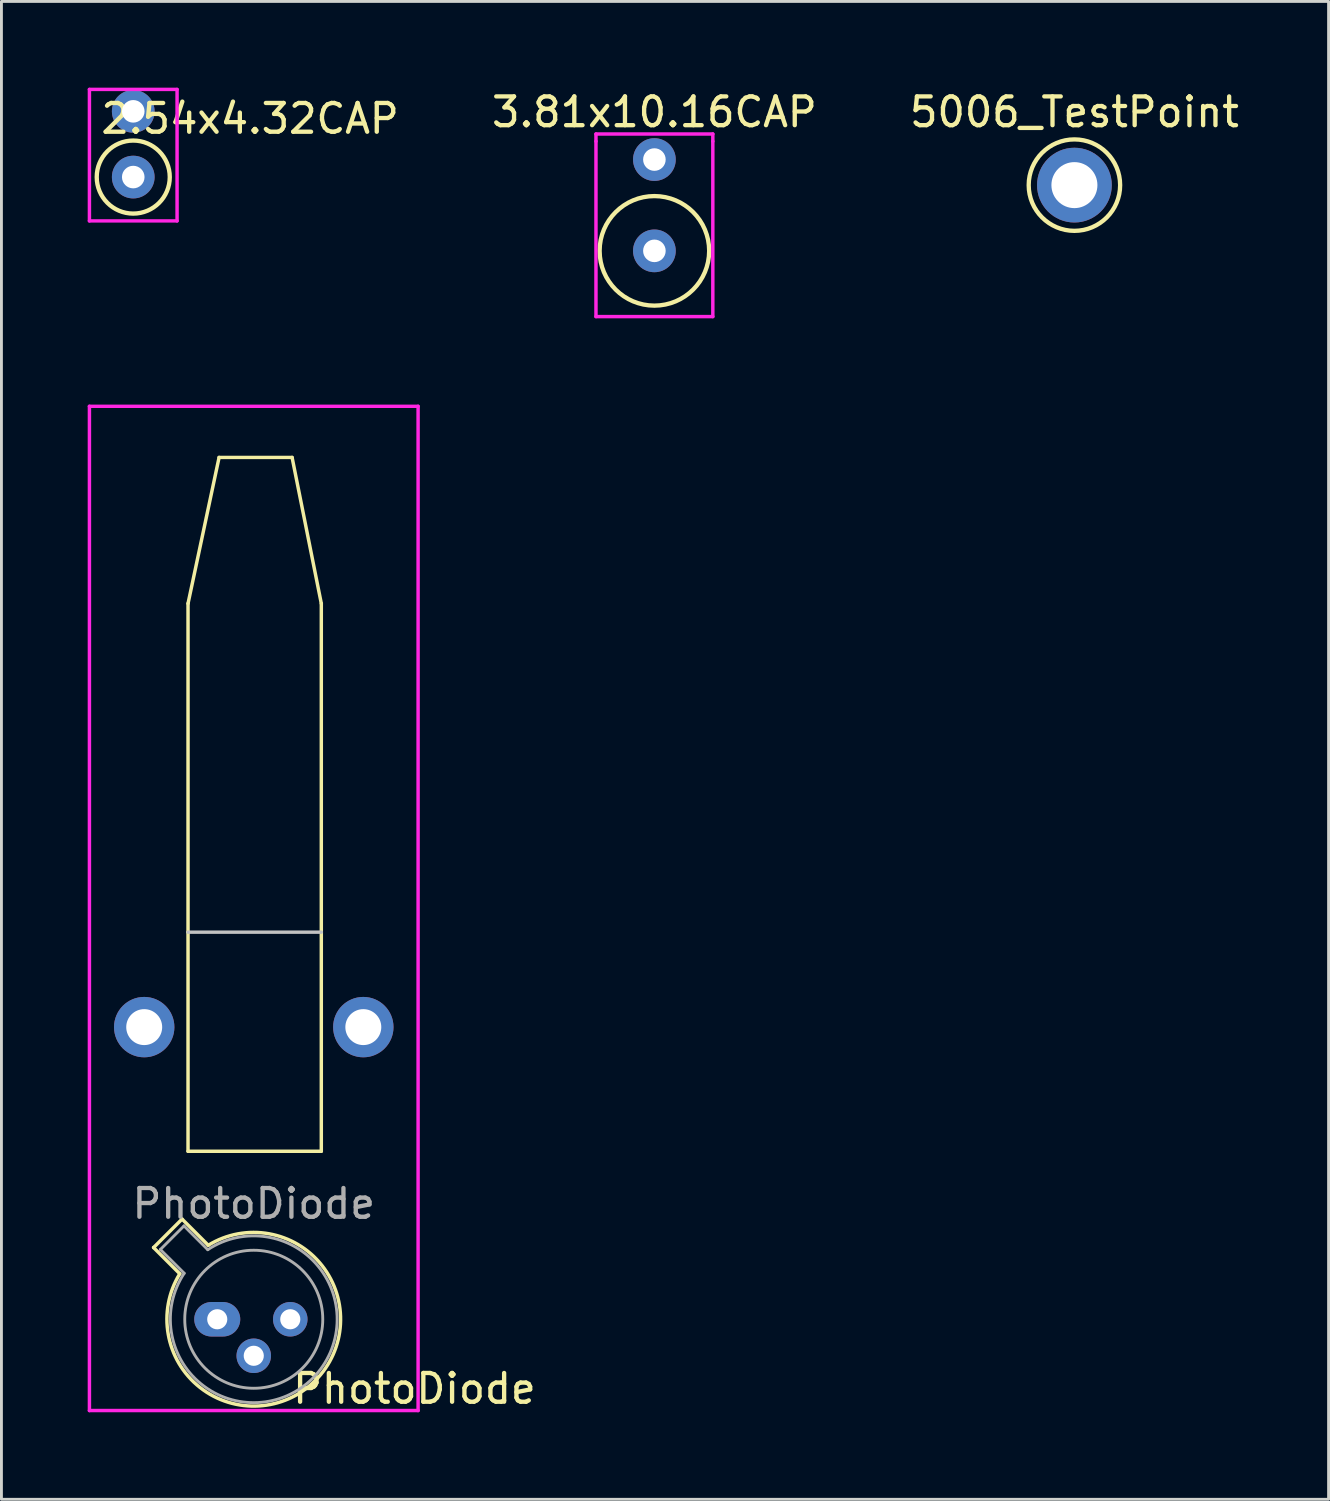
<source format=kicad_pcb>
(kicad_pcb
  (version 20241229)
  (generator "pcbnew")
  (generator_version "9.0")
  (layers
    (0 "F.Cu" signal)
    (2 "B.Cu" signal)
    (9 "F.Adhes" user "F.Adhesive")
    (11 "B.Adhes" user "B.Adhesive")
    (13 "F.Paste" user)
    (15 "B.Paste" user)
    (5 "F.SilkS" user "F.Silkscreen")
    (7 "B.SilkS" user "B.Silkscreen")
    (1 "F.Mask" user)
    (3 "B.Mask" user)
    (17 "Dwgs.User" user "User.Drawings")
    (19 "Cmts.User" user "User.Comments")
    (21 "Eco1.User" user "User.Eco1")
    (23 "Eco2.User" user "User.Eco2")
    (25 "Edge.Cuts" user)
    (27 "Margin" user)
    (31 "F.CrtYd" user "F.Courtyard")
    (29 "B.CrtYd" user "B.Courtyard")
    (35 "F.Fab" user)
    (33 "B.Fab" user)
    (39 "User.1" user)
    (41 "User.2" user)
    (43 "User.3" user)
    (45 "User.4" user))
  (footprint "PhotoDiode"
    (layer "F.Cu")
    (at 4.505 42.83)
    (property "Reference" "PhotoDiode" (at 6.858 2.413 0) (layer "F.SilkS") (effects (font (size 1 1) (thickness 0.15))))
    (attr through_hole)
    (fp_line (start -2.214 -2.494) (end -1.302 -1.582) (stroke (width 0.12) (type solid)) (layer "F.SilkS"))
    (fp_line (start -1.224 -3.484) (end -2.214 -2.494) (stroke (width 0.12) (type solid)) (layer "F.SilkS"))
    (fp_line (start -1.016 -13.462) (end -1.016 -24.892) (stroke (width 0.12) (type solid)) (layer "F.SilkS"))
    (fp_line (start -1.016 -5.842) (end -1.016 -13.462) (stroke (width 0.12) (type solid)) (layer "F.SilkS"))
    (fp_line (start -1.016 -5.842) (end 3.619 -5.842) (stroke (width 0.12) (type solid)) (layer "F.SilkS"))
    (fp_line (start -0.312 -2.572) (end -1.224 -3.484) (stroke (width 0.12) (type solid)) (layer "F.SilkS"))
    (fp_line (start 0.064 -29.972) (end -1.016 -24.892) (stroke (width 0.12) (type solid)) (layer "F.SilkS"))
    (fp_line (start 0.064 -29.972) (end 2.603 -29.972) (stroke (width 0.12) (type solid)) (layer "F.SilkS"))
    (fp_line (start 3.619 -24.892) (end 2.603 -29.972) (stroke (width 0.12) (type solid)) (layer "F.SilkS"))
    (fp_line (start 3.619 -24.892) (end 3.619 -13.462) (stroke (width 0.12) (type solid)) (layer "F.SilkS"))
    (fp_line (start 3.619 -13.462) (end 3.619 -5.842) (stroke (width 0.12) (type solid)) (layer "F.SilkS"))
    (fp_arc (start -0.312331 -2.572281) (mid 3.405374 2.135551) (end -1.30215 -1.582544) (stroke (width 0.12) (type solid)) (layer "F.SilkS"))
    (fp_line (start -1.016 -13.462) (end 3.619 -13.462) (stroke (width 0.12) (type solid)) (layer "Dwgs.User"))
    (fp_line (start -4.445 -31.75) (end 6.985 -31.75) (stroke (width 0.12) (type solid)) (layer "F.CrtYd"))
    (fp_line (start -4.445 3.175) (end -4.445 -31.75) (stroke (width 0.12) (type solid)) (layer "F.CrtYd"))
    (fp_line (start 6.985 -31.75) (end 6.985 3.175) (stroke (width 0.12) (type solid)) (layer "F.CrtYd"))
    (fp_line (start 6.985 3.175) (end -4.445 3.175) (stroke (width 0.12) (type solid)) (layer "F.CrtYd"))
    (fp_line (start -1.977 -2.426) (end -1.149 -1.599) (stroke (width 0.1) (type solid)) (layer "F.Fab"))
    (fp_line (start -1.156 -3.247) (end -1.977 -2.426) (stroke (width 0.1) (type solid)) (layer "F.Fab"))
    (fp_line (start -0.329 -2.419) (end -1.156 -3.247) (stroke (width 0.1) (type solid)) (layer "F.Fab"))
    (fp_arc (start -0.329057 -2.419301) (mid 3.321076 2.050143) (end -1.150029 -1.597956) (stroke (width 0.1) (type solid)) (layer "F.Fab"))
    (fp_circle (center 1.27 0) (end 3.67 0) (stroke (width 0.1) (type solid)) (fill no) (layer "F.Fab"))
    (fp_text user "${REFERENCE}" (at 1.27 -4.02 0) (layer "F.Fab") (effects (font (size 1 1) (thickness 0.15))))
    (pad "1" thru_hole oval (at 0 0) (size 1.6 1.2) (drill 0.7) (layers "*.Cu" "*.Mask"))
    (pad "2" thru_hole oval (at 1.27 1.27) (size 1.2 1.2) (drill 0.7) (layers "*.Cu" "*.Mask"))
    (pad "3" thru_hole oval (at 2.54 0) (size 1.2 1.2) (drill 0.7) (layers "*.Cu" "*.Mask"))
    (pad "4" thru_hole circle (at -2.54 -10.16) (size 2.1 2.1) (drill 1.25) (layers "*.Cu" "*.Mask"))
    (pad "5" thru_hole circle (at 5.08 -10.16) (size 2.1 2.1) (drill 1.25) (layers "*.Cu" "*.Mask")))
  (footprint "5006_TestPoint"
    (layer "F.Cu")
    (at 34.315 3.388)
    (property "Reference" "5006_TestPoint" (at 0 -2.54 0) (layer "F.SilkS") (effects (font (size 1 1) (thickness 0.15))))
    (attr through_hole)
    (fp_circle (center 0 0) (end 1.59 0) (stroke (width 0.15) (type solid)) (fill no) (layer "F.SilkS"))
    (pad "1" thru_hole circle (at 0 0) (size 2.6 2.6) (drill 1.6) (layers "*.Cu" "*.Mask")))
  (footprint "3.81x10.16CAP"
    (layer "F.Cu")
    (at 19.708 5.674)
    (property "Reference" "3.81x10.16CAP" (at 0 -4.826 0) (layer "F.SilkS") (effects (font (size 1 1) (thickness 0.15))))
    (attr through_hole)
    (fp_circle (center 0 0) (end 1.905 0) (stroke (width 0.15) (type solid)) (fill no) (layer "F.SilkS"))
    (fp_line (start -2.032 -4.064) (end -2.032 -3.81) (stroke (width 0.12) (type solid)) (layer "F.CrtYd"))
    (fp_line (start -2.032 -3.81) (end -2.032 2.286) (stroke (width 0.12) (type solid)) (layer "F.CrtYd"))
    (fp_line (start -2.032 2.286) (end 2.032 2.286) (stroke (width 0.12) (type solid)) (layer "F.CrtYd"))
    (fp_line (start 2.032 -4.064) (end -2.032 -4.064) (stroke (width 0.12) (type solid)) (layer "F.CrtYd"))
    (fp_line (start 2.032 -4.064) (end 2.032 -3.81) (stroke (width 0.12) (type solid)) (layer "F.CrtYd"))
    (fp_line (start 2.032 2.286) (end 2.032 -3.81) (stroke (width 0.12) (type solid)) (layer "F.CrtYd"))
    (pad "1" thru_hole circle (at 0 0) (size 1.485 1.485) (drill 0.785) (layers "*.Cu" "*.Mask"))
    (pad "2" thru_hole circle (at 0 -3.175) (size 1.485 1.485) (drill 0.785) (layers "*.Cu" "*.Mask")))
  (footprint "2.54x4.32CAP"
    (layer "F.Cu")
    (at 1.584 3.108)
    (property "Reference" "2.54x4.32CAP" (at 4.064 -2.032 0) (layer "F.SilkS") (effects (font (size 1 1) (thickness 0.15))))
    (attr through_hole)
    (fp_circle (center 0 0) (end 1.27 0) (stroke (width 0.15) (type solid)) (fill no) (layer "F.SilkS"))
    (fp_line (start -1.524 -3.048) (end 1.524 -3.048) (stroke (width 0.12) (type solid)) (layer "F.CrtYd"))
    (fp_line (start -1.524 1.524) (end -1.524 -3.048) (stroke (width 0.12) (type solid)) (layer "F.CrtYd"))
    (fp_line (start 1.524 -3.048) (end 1.524 1.524) (stroke (width 0.12) (type solid)) (layer "F.CrtYd"))
    (fp_line (start 1.524 1.524) (end -1.524 1.524) (stroke (width 0.12) (type solid)) (layer "F.CrtYd"))
    (pad "1" thru_hole circle (at 0 0) (size 1.485 1.485) (drill 0.785) (layers "*.Cu" "*.Mask"))
    (pad "2" thru_hole circle (at 0 -2.286) (size 1.485 1.485) (drill 0.785) (layers "*.Cu" "*.Mask")))
  (gr_rect
    (start -3 -3)
    (end 43.154 49.092)
    (stroke (width 0.1) (type default))
    (fill no)
    (layer "Edge.Cuts")))
</source>
